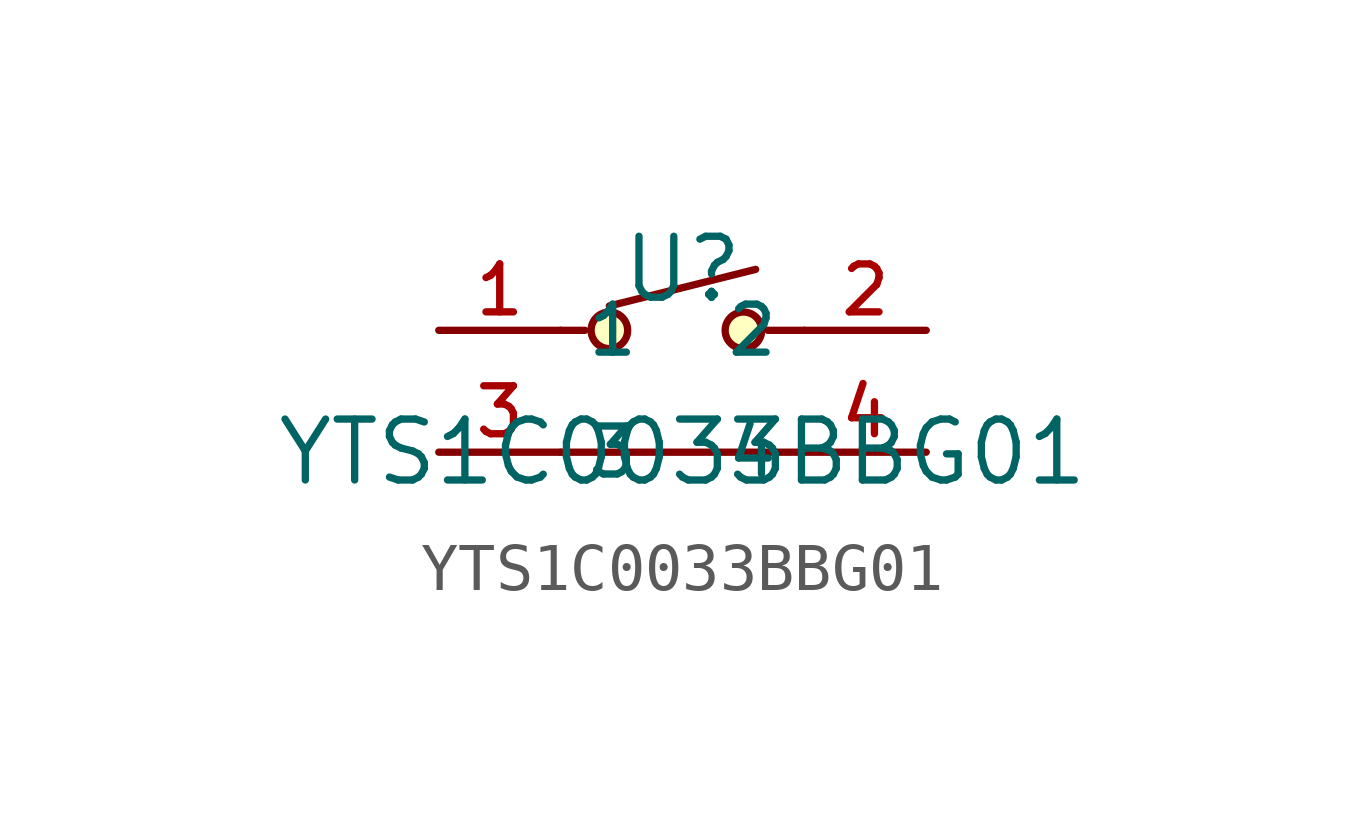
<source format=kicad_sym>
(kicad_symbol_lib
  (version 20210201)
  (generator TousstNicolas/JLC2KiCad_lib)
  (symbol "YTS1C0033BBG01"
    (property "Reference" "U"
      (at 0 1.27 0)
      (effects (font (size 1.27 1.27))))
    (property "Value" "YTS1C0033BBG01"
      (at 0 -2.54 0)
      (effects (font (size 1.27 1.27))))
    (symbol "YTS1C0033BBG01_0_1"
      (polyline (pts (xy -2.54 -2.54) (xy 2.54 -2.54)) (stroke (width 0) (type default) (color 0 0 0 0)) (fill (type none)))
      (pin unspecified line (at 5.08 -2.54 180) (length 2.54) (name "4" (effects (font (size 1 1)))) (number "4" (effects (font (size 1 1)))))
      (pin unspecified line (at -5.08 -2.54 0) (length 2.54) (name "3" (effects (font (size 1 1)))) (number "3" (effects (font (size 1 1)))))
      (pin unspecified line (at 5.08 -0.0 180) (length 2.54) (name "2" (effects (font (size 1 1)))) (number "2" (effects (font (size 1 1)))))
      (pin unspecified line (at -5.08 -0.0 0) (length 2.54) (name "1" (effects (font (size 1 1)))) (number "1" (effects (font (size 1 1)))))
      (polyline (pts (xy -1.524 0.508) (xy 1.524 1.27)) (stroke (width 0) (type default) (color 0 0 0 0)) (fill (type none)))
      (polyline (pts (xy -2.032 -0.0) (xy -2.54 -0.0)) (stroke (width 0) (type default) (color 0 0 0 0)) (fill (type none)))
      (polyline (pts (xy 1.778 -0.0) (xy 2.54 -0.0)) (stroke (width 0) (type default) (color 0 0 0 0)) (fill (type none)))
      (circle (center 1.27 -0.0) (radius 0.381) (stroke (width 0) (type default) (color 0 0 0 0)) (fill (type background)))
      (circle (center -1.524 -0.0) (radius 0.381) (stroke (width 0) (type default) (color 0 0 0 0)) (fill (type background))))))
</source>
